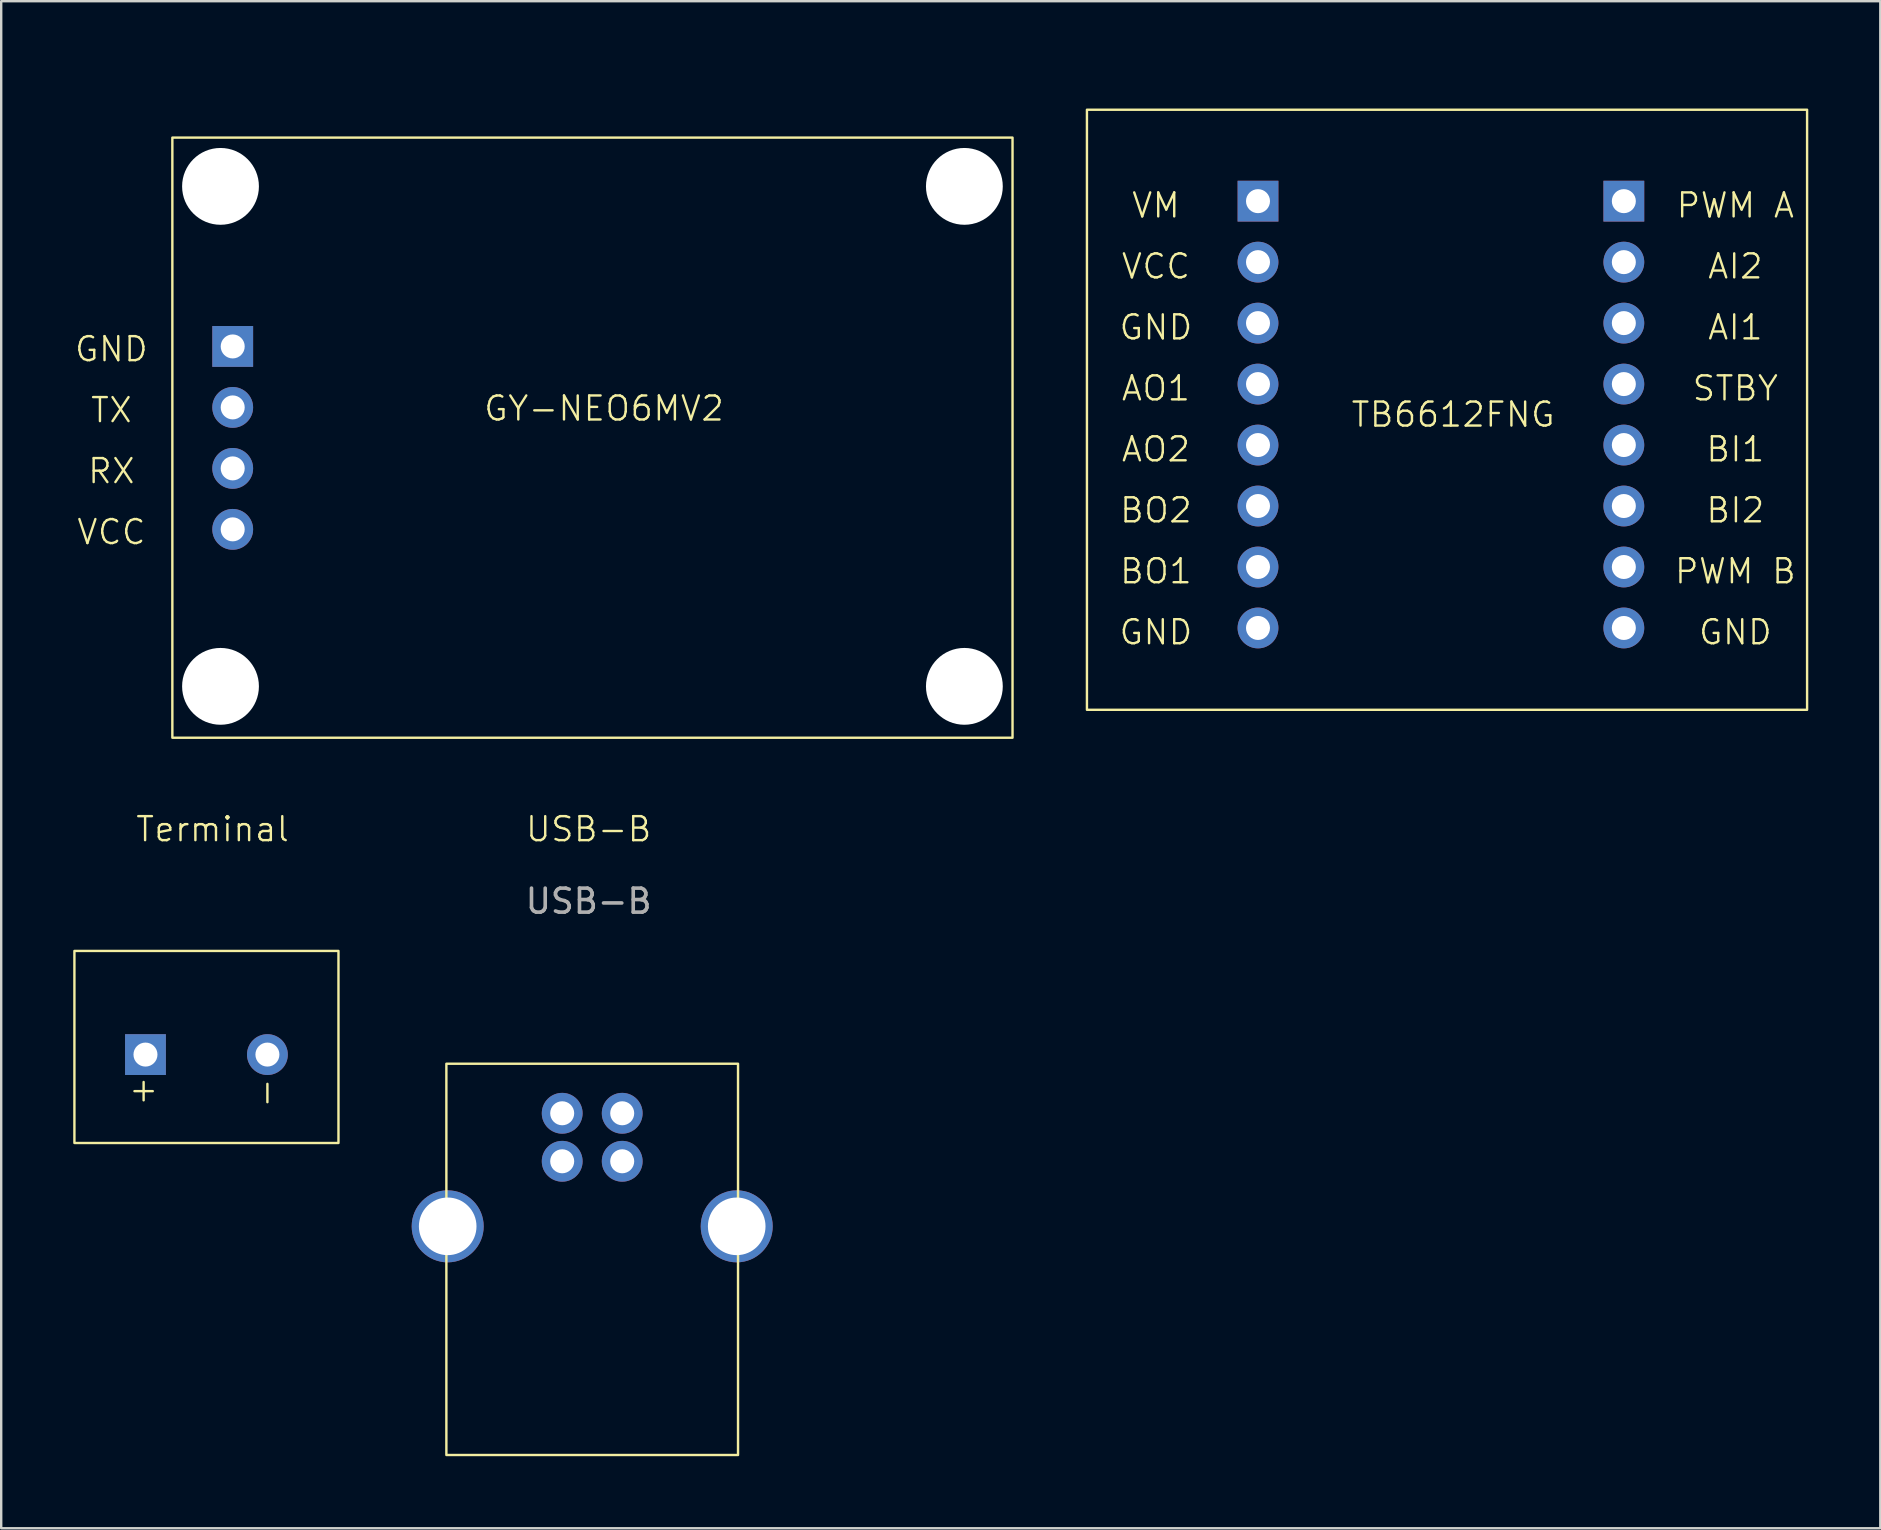
<source format=kicad_pcb>
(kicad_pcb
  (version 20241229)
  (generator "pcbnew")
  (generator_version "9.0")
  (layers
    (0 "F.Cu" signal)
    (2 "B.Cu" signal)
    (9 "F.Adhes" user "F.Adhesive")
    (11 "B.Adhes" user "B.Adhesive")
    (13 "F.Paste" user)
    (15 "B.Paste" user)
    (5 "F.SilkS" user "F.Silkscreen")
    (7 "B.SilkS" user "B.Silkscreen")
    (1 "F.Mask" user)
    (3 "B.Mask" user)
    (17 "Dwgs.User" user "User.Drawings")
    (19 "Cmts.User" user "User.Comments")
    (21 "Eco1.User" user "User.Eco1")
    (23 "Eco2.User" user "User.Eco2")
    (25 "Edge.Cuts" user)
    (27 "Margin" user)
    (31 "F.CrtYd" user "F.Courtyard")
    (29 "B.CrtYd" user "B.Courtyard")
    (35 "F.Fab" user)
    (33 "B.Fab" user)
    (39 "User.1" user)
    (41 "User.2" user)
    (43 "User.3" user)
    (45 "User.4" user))
  (footprint "USB-B"
    (layer "F.Cu")
    (at 21.472 31.992)
    (property "Reference" "USB-B" (at 0 -0.5 0) (unlocked yes) (layer "F.SilkS") (effects (font (size 1 1) (thickness 0.1))))
    (attr through_hole)
    (fp_rect (start -5.927 9.271) (end 6.223 25.571) (stroke (width 0.1) (type default)) (fill no) (layer "F.SilkS"))
    (fp_text user "${REFERENCE}" (at 0 2.5 0) (unlocked yes) (layer "F.Fab") (effects (font (size 1 1) (thickness 0.15))))
    (pad "1" thru_hole circle (at -5.872 16.045) (size 3 3) (drill 2.4) (layers "*.Cu" "*.Mask"))
    (pad "1" thru_hole circle (at -1.102 11.335) (size 1.7 1.7) (drill 1) (layers "*.Cu" "*.Mask"))
    (pad "1" thru_hole circle (at 6.168 16.045) (size 3 3) (drill 2.4) (layers "*.Cu" "*.Mask"))
    (pad "2" thru_hole circle (at -1.102 13.335) (size 1.7 1.7) (drill 1) (layers "*.Cu" "*.Mask"))
    (pad "3" thru_hole circle (at 1.398 13.335) (size 1.7 1.7) (drill 1) (layers "*.Cu" "*.Mask"))
    (pad "4" thru_hole circle (at 1.398 11.335) (size 1.7 1.7) (drill 1) (layers "*.Cu" "*.Mask")))
  (footprint "TB6612FNG"
    (layer "F.Cu")
    (at 57.23 0.25)
    (property "Reference" "TB6612FNG" (at 0.254 13.97 0) (unlocked yes) (layer "F.SilkS") (effects (font (size 1 1) (thickness 0.1))))
    (attr through_hole)
    (fp_rect (start -15 1.27) (end 15 26.27) (stroke (width 0.1) (type default)) (fill no) (layer "F.SilkS"))
    (fp_text user "VCC" (at -13.621 8.382 0) (unlocked yes) (layer "F.SilkS") (effects (font (size 1 1) (thickness 0.1)) (justify left bottom)))
    (fp_text user "GND" (at -13.716 23.622 0) (unlocked yes) (layer "F.SilkS") (effects (font (size 1 1) (thickness 0.1)) (justify left bottom)))
    (fp_text user "PWM A" (at 9.493 5.842 0) (unlocked yes) (layer "F.SilkS") (effects (font (size 1 1) (thickness 0.1)) (justify left bottom)))
    (fp_text user "AI1" (at 10.803 10.922 0) (unlocked yes) (layer "F.SilkS") (effects (font (size 1 1) (thickness 0.1)) (justify left bottom)))
    (fp_text user "GND" (at 10.422 23.622 0) (unlocked yes) (layer "F.SilkS") (effects (font (size 1 1) (thickness 0.1)) (justify left bottom)))
    (fp_text user "BI2" (at 10.731 18.542 0) (unlocked yes) (layer "F.SilkS") (effects (font (size 1 1) (thickness 0.1)) (justify left bottom)))
    (fp_text user "PWM B" (at 9.422 21.082 0) (unlocked yes) (layer "F.SilkS") (effects (font (size 1 1) (thickness 0.1)) (justify left bottom)))
    (fp_text user "GND" (at -13.716 10.922 0) (unlocked yes) (layer "F.SilkS") (effects (font (size 1 1) (thickness 0.1)) (justify left bottom)))
    (fp_text user "AO1" (at -13.621 13.462 0) (unlocked yes) (layer "F.SilkS") (effects (font (size 1 1) (thickness 0.1)) (justify left bottom)))
    (fp_text user "AI2\n" (at 10.803 8.382 0) (unlocked yes) (layer "F.SilkS") (effects (font (size 1 1) (thickness 0.1)) (justify left bottom)))
    (fp_text user "STBY" (at 10.16 13.462 0) (unlocked yes) (layer "F.SilkS") (effects (font (size 1 1) (thickness 0.1)) (justify left bottom)))
    (fp_text user "BO2\n" (at -13.692 18.542 0) (unlocked yes) (layer "F.SilkS") (effects (font (size 1 1) (thickness 0.1)) (justify left bottom)))
    (fp_text user "BI1" (at 10.731 16.002 0) (unlocked yes) (layer "F.SilkS") (effects (font (size 1 1) (thickness 0.1)) (justify left bottom)))
    (fp_text user "AO2" (at -13.621 16.002 0) (unlocked yes) (layer "F.SilkS") (effects (font (size 1 1) (thickness 0.1)) (justify left bottom)))
    (fp_text user "VM" (at -13.192 5.842 0) (unlocked yes) (layer "F.SilkS") (effects (font (size 1 1) (thickness 0.1)) (justify left bottom)))
    (fp_text user "BO1" (at -13.692 21.082 0) (unlocked yes) (layer "F.SilkS") (effects (font (size 1 1) (thickness 0.1)) (justify left bottom)))
    (pad "1" thru_hole rect (at -7.874 5.08) (size 1.7 1.7) (drill 1) (layers "*.Cu" "*.Mask"))
    (pad "2" thru_hole oval (at -7.874 7.62) (size 1.7 1.7) (drill 1) (layers "*.Cu" "*.Mask"))
    (pad "3" thru_hole oval (at -7.874 10.16) (size 1.7 1.7) (drill 1) (layers "*.Cu" "*.Mask"))
    (pad "4" thru_hole oval (at -7.874 12.7) (size 1.7 1.7) (drill 1) (layers "*.Cu" "*.Mask"))
    (pad "5" thru_hole oval (at -7.874 15.24) (size 1.7 1.7) (drill 1) (layers "*.Cu" "*.Mask"))
    (pad "6" thru_hole oval (at -7.874 17.78) (size 1.7 1.7) (drill 1) (layers "*.Cu" "*.Mask"))
    (pad "7" thru_hole oval (at -7.874 20.32) (size 1.7 1.7) (drill 1) (layers "*.Cu" "*.Mask"))
    (pad "8" thru_hole oval (at -7.874 22.86) (size 1.7 1.7) (drill 1) (layers "*.Cu" "*.Mask"))
    (pad "9" thru_hole rect (at 7.366 5.08) (size 1.7 1.7) (drill 1) (layers "*.Cu" "*.Mask"))
    (pad "10" thru_hole oval (at 7.366 7.62) (size 1.7 1.7) (drill 1) (layers "*.Cu" "*.Mask"))
    (pad "11" thru_hole oval (at 7.366 10.16) (size 1.7 1.7) (drill 1) (layers "*.Cu" "*.Mask"))
    (pad "12" thru_hole oval (at 7.366 12.7) (size 1.7 1.7) (drill 1) (layers "*.Cu" "*.Mask"))
    (pad "13" thru_hole oval (at 7.366 15.24) (size 1.7 1.7) (drill 1) (layers "*.Cu" "*.Mask"))
    (pad "14" thru_hole oval (at 7.366 17.78) (size 1.7 1.7) (drill 1) (layers "*.Cu" "*.Mask"))
    (pad "15" thru_hole oval (at 7.366 20.32) (size 1.7 1.7) (drill 1) (layers "*.Cu" "*.Mask"))
    (pad "16" thru_hole oval (at 7.366 22.86) (size 1.7 1.7) (drill 1) (layers "*.Cu" "*.Mask")))
  (footprint "Terminal"
    (layer "F.Cu")
    (at 5.804 31.992)
    (property "Reference" "Terminal" (at 0 -0.5 0) (unlocked yes) (layer "F.SilkS") (effects (font (size 1 1) (thickness 0.1))))
    (attr through_hole)
    (fp_rect (start -5.754 4.572) (end 5.246 12.572) (stroke (width 0.1) (type default)) (fill no) (layer "F.SilkS"))
    (fp_text user "-" (at 2.794 11.176 90) (unlocked yes) (layer "F.SilkS") (effects (font (size 1 1) (thickness 0.1)) (justify left bottom)))
    (fp_text user "+" (at -3.556 10.922 0) (unlocked yes) (layer "F.SilkS") (effects (font (size 1 1) (thickness 0.1)) (justify left bottom)))
    (pad "1" thru_hole rect (at -2.794 8.89 90) (size 1.7 1.7) (drill 1) (layers "*.Cu" "*.Mask"))
    (pad "2" thru_hole oval (at 2.286 8.89 90) (size 1.7 1.7) (drill 1) (layers "*.Cu" "*.Mask")))
  (footprint "GY-NEO6MV2"
    (layer "F.Cu")
    (at 22.112 0.25)
    (property "Reference" "GY-NEO6MV2" (at 0 13.716 0) (unlocked yes) (layer "F.SilkS") (effects (font (size 1 1) (thickness 0.1))))
    (attr through_hole)
    (fp_rect (start -17.982 2.432) (end 17.018 27.432) (stroke (width 0.1) (type default)) (fill no) (layer "F.SilkS"))
    (fp_text user "RX" (at -21.564 16.91 0) (unlocked yes) (layer "F.SilkS") (effects (font (size 1 1) (thickness 0.1)) (justify left bottom)))
    (fp_text user "GND" (at -22.112 11.83 0) (unlocked yes) (layer "F.SilkS") (effects (font (size 1 1) (thickness 0.1)) (justify left bottom)))
    (fp_text user "VCC" (at -22.016 19.45 0) (unlocked yes) (layer "F.SilkS") (effects (font (size 1 1) (thickness 0.1)) (justify left bottom)))
    (fp_text user "TX" (at -21.445 14.37 0) (unlocked yes) (layer "F.SilkS") (effects (font (size 1 1) (thickness 0.1)) (justify left bottom)))
    (pad "" np_thru_hole circle (at -15.976 4.464) (size 3.2 3.2) (drill 3.2) (layers "*.Cu" "*.Mask"))
    (pad "" np_thru_hole circle (at -15.976 25.292) (size 3.2 3.2) (drill 3.2) (layers "*.Cu" "*.Mask"))
    (pad "" np_thru_hole circle (at 15.012 4.464) (size 3.2 3.2) (drill 3.2) (layers "*.Cu" "*.Mask"))
    (pad "" np_thru_hole circle (at 15.012 25.292) (size 3.2 3.2) (drill 3.2) (layers "*.Cu" "*.Mask"))
    (pad "1" thru_hole rect (at -15.468 11.132) (size 1.7 1.7) (drill 1) (layers "*.Cu" "*.Mask"))
    (pad "2" thru_hole oval (at -15.468 13.672) (size 1.7 1.7) (drill 1) (layers "*.Cu" "*.Mask"))
    (pad "3" thru_hole oval (at -15.468 16.212) (size 1.7 1.7) (drill 1) (layers "*.Cu" "*.Mask"))
    (pad "4" thru_hole oval (at -15.468 18.752) (size 1.7 1.7) (drill 1) (layers "*.Cu" "*.Mask")))
  (gr_rect
    (start -3 -3)
    (end 75.28 60.614)
    (stroke (width 0.1) (type default))
    (fill no)
    (layer "Edge.Cuts")))
</source>
